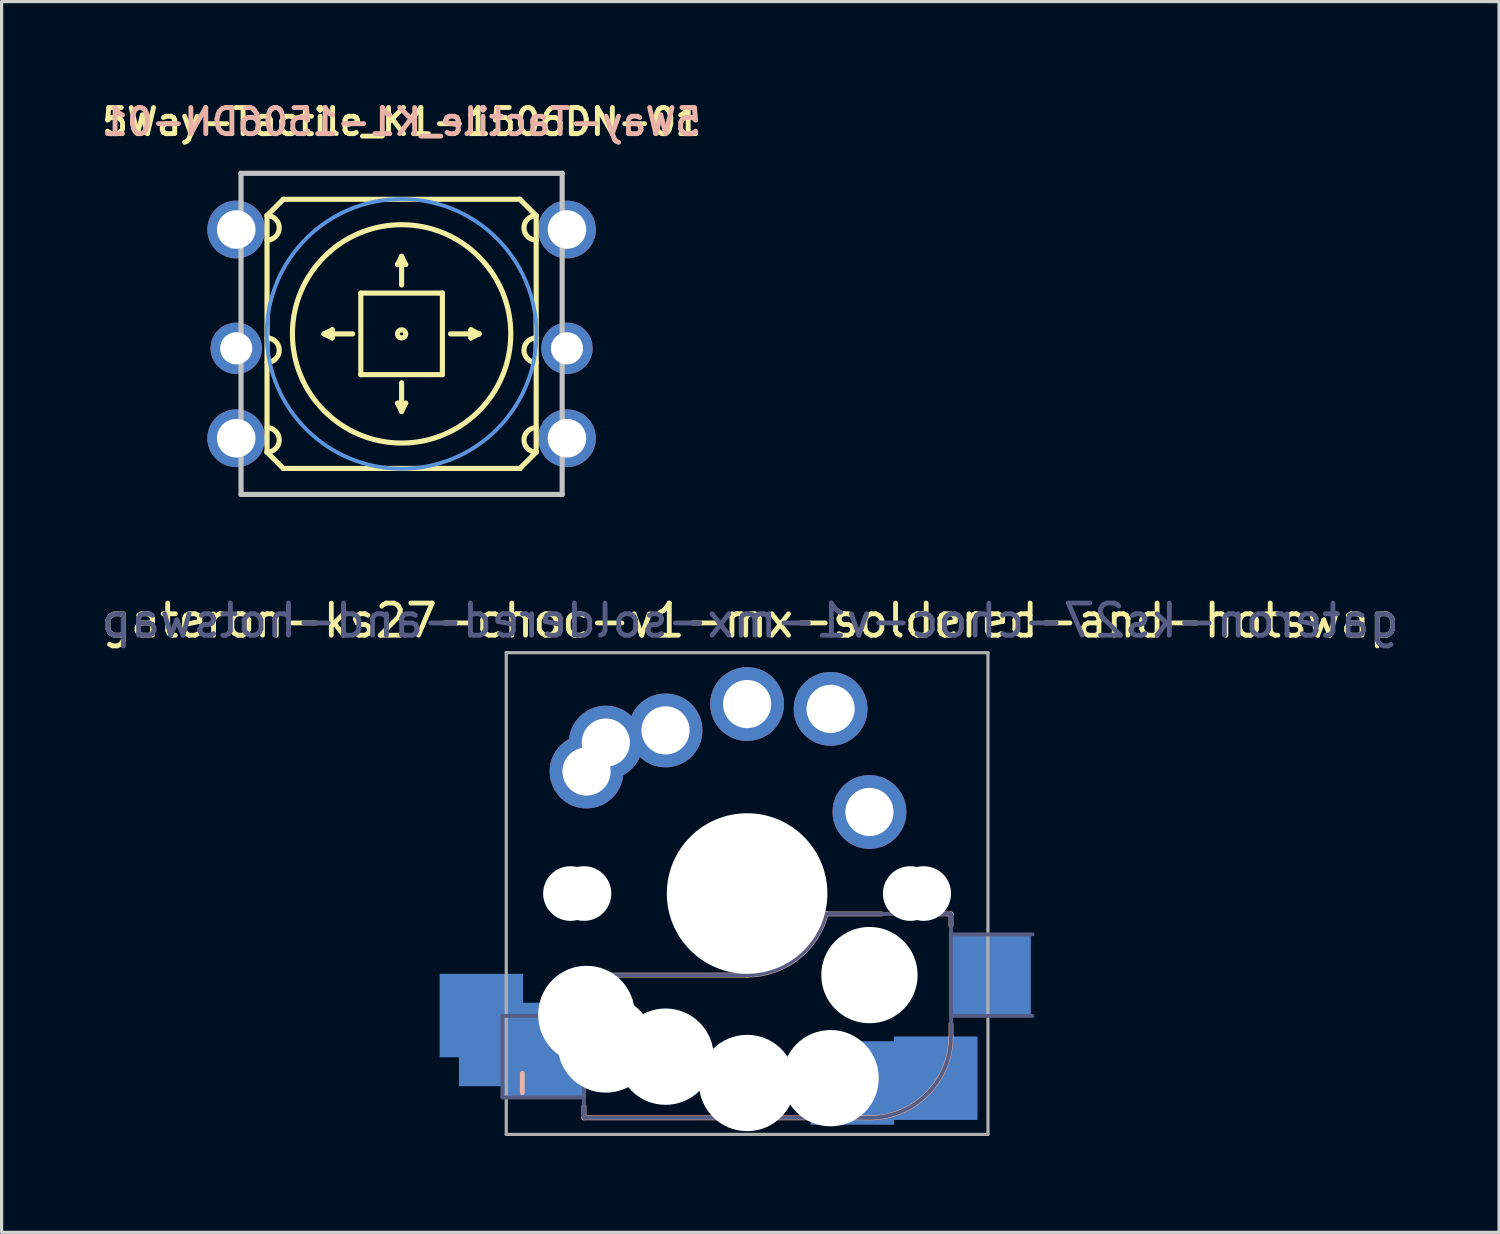
<source format=kicad_pcb>
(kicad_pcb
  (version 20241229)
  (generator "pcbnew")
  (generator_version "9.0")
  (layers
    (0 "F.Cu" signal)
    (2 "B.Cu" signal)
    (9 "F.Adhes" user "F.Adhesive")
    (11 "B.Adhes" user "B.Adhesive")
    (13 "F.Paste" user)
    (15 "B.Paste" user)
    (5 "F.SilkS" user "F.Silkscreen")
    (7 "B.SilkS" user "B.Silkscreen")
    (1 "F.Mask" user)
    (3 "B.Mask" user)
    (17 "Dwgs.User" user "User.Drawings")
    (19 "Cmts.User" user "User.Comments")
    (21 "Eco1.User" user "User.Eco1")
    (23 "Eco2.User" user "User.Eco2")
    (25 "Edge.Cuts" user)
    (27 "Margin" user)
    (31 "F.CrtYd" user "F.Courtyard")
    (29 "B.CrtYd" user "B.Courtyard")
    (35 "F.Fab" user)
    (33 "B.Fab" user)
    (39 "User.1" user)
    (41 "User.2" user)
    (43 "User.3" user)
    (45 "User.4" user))
  (footprint "5Way-Tactile_K1-1506DN-01"
    (layer "F.Cu")
    (at 9.456 7.347)
    (property "Reference" "5Way-Tactile_K1-1506DN-01" (at 0 -6.604 0) (layer "F.SilkS") (effects (font (size 0.813 0.813) (thickness 0.152))))
    (attr through_hole exclude_from_pos_files)
    (fp_line (start -4.191 -3.683) (end -3.683 -4.191) (stroke (width 0.16) (type solid)) (layer "F.SilkS"))
    (fp_line (start -4.191 3.683) (end -4.191 -3.683) (stroke (width 0.16) (type solid)) (layer "F.SilkS"))
    (fp_line (start -3.683 -4.191) (end 3.683 -4.191) (stroke (width 0.16) (type solid)) (layer "F.SilkS"))
    (fp_line (start -3.683 4.191) (end -4.191 3.683) (stroke (width 0.16) (type solid)) (layer "F.SilkS"))
    (fp_line (start -2.413 0) (end -2.159 -0.127) (stroke (width 0.16) (type solid)) (layer "F.SilkS"))
    (fp_line (start -2.159 -0.127) (end -2.159 0.127) (stroke (width 0.16) (type solid)) (layer "F.SilkS"))
    (fp_line (start -2.159 0.127) (end -2.413 0) (stroke (width 0.16) (type solid)) (layer "F.SilkS"))
    (fp_line (start -1.524 0) (end -2.413 0) (stroke (width 0.16) (type solid)) (layer "F.SilkS"))
    (fp_line (start -1.27 -1.27) (end -1.27 1.27) (stroke (width 0.16) (type solid)) (layer "F.SilkS"))
    (fp_line (start -1.27 1.27) (end 1.27 1.27) (stroke (width 0.16) (type solid)) (layer "F.SilkS"))
    (fp_line (start -0.127 -2.159) (end 0 -2.413) (stroke (width 0.16) (type solid)) (layer "F.SilkS"))
    (fp_line (start -0.127 2.159) (end 0.127 2.159) (stroke (width 0.16) (type solid)) (layer "F.SilkS"))
    (fp_line (start 0 -2.413) (end 0.127 -2.159) (stroke (width 0.16) (type solid)) (layer "F.SilkS"))
    (fp_line (start 0 -1.524) (end 0 -2.413) (stroke (width 0.16) (type solid)) (layer "F.SilkS"))
    (fp_line (start 0 1.524) (end 0 2.413) (stroke (width 0.16) (type solid)) (layer "F.SilkS"))
    (fp_line (start 0 2.413) (end -0.127 2.159) (stroke (width 0.16) (type solid)) (layer "F.SilkS"))
    (fp_line (start 0.127 -2.159) (end -0.127 -2.159) (stroke (width 0.16) (type solid)) (layer "F.SilkS"))
    (fp_line (start 0.127 2.159) (end 0 2.413) (stroke (width 0.16) (type solid)) (layer "F.SilkS"))
    (fp_line (start 1.27 -1.27) (end -1.27 -1.27) (stroke (width 0.16) (type solid)) (layer "F.SilkS"))
    (fp_line (start 1.27 1.27) (end 1.27 -1.27) (stroke (width 0.16) (type solid)) (layer "F.SilkS"))
    (fp_line (start 1.524 0) (end 2.413 0) (stroke (width 0.16) (type solid)) (layer "F.SilkS"))
    (fp_line (start 2.159 -0.127) (end 2.413 0) (stroke (width 0.16) (type solid)) (layer "F.SilkS"))
    (fp_line (start 2.159 0.127) (end 2.159 -0.127) (stroke (width 0.16) (type solid)) (layer "F.SilkS"))
    (fp_line (start 2.413 0) (end 2.159 0.127) (stroke (width 0.16) (type solid)) (layer "F.SilkS"))
    (fp_line (start 3.683 -4.191) (end 4.191 -3.683) (stroke (width 0.16) (type solid)) (layer "F.SilkS"))
    (fp_line (start 3.683 4.191) (end -3.683 4.191) (stroke (width 0.16) (type solid)) (layer "F.SilkS"))
    (fp_line (start 4.191 -3.683) (end 4.191 3.683) (stroke (width 0.16) (type solid)) (layer "F.SilkS"))
    (fp_line (start 4.191 3.683) (end 3.683 4.191) (stroke (width 0.16) (type solid)) (layer "F.SilkS"))
    (fp_arc (start -4.191 -3.683) (mid -3.81 -3.302) (end -4.191 -2.921) (stroke (width 0.16) (type solid)) (layer "F.SilkS"))
    (fp_arc (start -4.191 0.127) (mid -3.81 0.508) (end -4.191 0.889) (stroke (width 0.16) (type solid)) (layer "F.SilkS"))
    (fp_arc (start -4.191 2.921) (mid -3.81 3.302) (end -4.191 3.683) (stroke (width 0.16) (type solid)) (layer "F.SilkS"))
    (fp_arc (start 4.191 -2.921) (mid 3.81 -3.302) (end 4.191 -3.683) (stroke (width 0.16) (type solid)) (layer "F.SilkS"))
    (fp_arc (start 4.191 0.889) (mid 3.81 0.508) (end 4.191 0.127) (stroke (width 0.16) (type solid)) (layer "F.SilkS"))
    (fp_arc (start 4.191 3.683) (mid 3.81 3.302) (end 4.191 2.921) (stroke (width 0.16) (type solid)) (layer "F.SilkS"))
    (fp_circle (center 0 0) (end 0.127 0) (stroke (width 0.16) (type solid)) (fill no) (layer "F.SilkS"))
    (fp_circle (center 0 0) (end 3.4 0) (stroke (width 0.16) (type solid)) (fill no) (layer "F.SilkS"))
    (fp_line (start -5 -5) (end 5 -5) (stroke (width 0.16) (type solid)) (layer "Dwgs.User"))
    (fp_line (start -5 5) (end -5 -5) (stroke (width 0.16) (type solid)) (layer "Dwgs.User"))
    (fp_line (start 5 -5) (end 5 5) (stroke (width 0.16) (type solid)) (layer "Dwgs.User"))
    (fp_line (start 5 5) (end -5 5) (stroke (width 0.16) (type solid)) (layer "Dwgs.User"))
    (fp_circle (center 0 0) (end 0 -4.2) (stroke (width 0.12) (type default)) (fill no) (layer "Cmts.User"))
    (fp_line (start 2.413 -2.794) (end 1.905 -2.159) (stroke (width 0.16) (type solid)) (layer "User.1"))
    (fp_line (start 2.413 -2.794) (end 2.921 -2.159) (stroke (width 0.16) (type solid)) (layer "User.1"))
    (fp_line (start 2.413 -0.254) (end 2.413 -2.794) (stroke (width 0.16) (type solid)) (layer "User.1"))
    (fp_text user "${REFERENCE}" (at 0 -6.604 0) (layer "B.SilkS") (effects (font (size 0.813 0.813) (thickness 0.152)) (justify mirror)))
    (fp_text user "Up" (at 1.27 -1.524 0) (layer "User.1") (effects (font (size 0.813 0.813) (thickness 0.152))))
    (pad "1" thru_hole circle (at -5.15 -3.25) (size 1.8 1.8) (drill 1.2) (layers "*.Cu" "*.Mask"))
    (pad "2" thru_hole circle (at -5.15 0.45) (size 1.6 1.6) (drill 1) (layers "*.Cu" "*.Mask"))
    (pad "3" thru_hole circle (at -5.15 3.25) (size 1.8 1.8) (drill 1.2) (layers "*.Cu" "*.Mask"))
    (pad "4" thru_hole circle (at 5.15 3.25) (size 1.8 1.8) (drill 1.2) (layers "*.Cu" "*.Mask"))
    (pad "5" thru_hole circle (at 5.15 0.45) (size 1.6 1.6) (drill 1) (layers "*.Cu" "*.Mask"))
    (pad "6" thru_hole circle (at 5.15 -3.25) (size 1.8 1.8) (drill 1.2) (layers "*.Cu" "*.Mask")))
  (footprint "gateron-ks27-choc-v1-mx-soldered-and-hotswap"
    (layer "F.Cu")
    (at 20.215 24.775)
    (property "Reference" "gateron-ks27-choc-v1-mx-soldered-and-hotswap" (at 0.1 -8.5 0) (unlocked yes) (layer "F.SilkS") (effects (font (size 1 1) (thickness 0.15))))
    (attr through_hole)
    (fp_line (start -7 5.6) (end -7 6.2) (stroke (width 0.15) (type solid)) (layer "B.SilkS"))
    (fp_line (start -5.08 2.54) (end 0 2.54) (stroke (width 0.15) (type solid)) (layer "B.SilkS"))
    (fp_line (start -5.08 3.556) (end -5.08 2.54) (stroke (width 0.15) (type solid)) (layer "B.SilkS"))
    (fp_line (start -5.08 6.985) (end -5.08 6.604) (stroke (width 0.15) (type solid)) (layer "B.SilkS"))
    (fp_line (start 2.464 0.635) (end 4.191 0.635) (stroke (width 0.15) (type solid)) (layer "B.SilkS"))
    (fp_line (start 3.81 6.985) (end -5.08 6.985) (stroke (width 0.15) (type solid)) (layer "B.SilkS"))
    (fp_line (start 5.969 0.635) (end 6.35 0.635) (stroke (width 0.15) (type solid)) (layer "B.SilkS"))
    (fp_line (start 6.35 1.016) (end 6.35 0.635) (stroke (width 0.15) (type solid)) (layer "B.SilkS"))
    (fp_line (start 6.35 4.445) (end 6.35 4.064) (stroke (width 0.15) (type solid)) (layer "B.SilkS"))
    (fp_arc (start 2.464162 0.61604) (mid 1.563147 2.002042) (end 0 2.54) (stroke (width 0.15) (type solid)) (layer "B.SilkS"))
    (fp_arc (start 6.35 4.445) (mid 5.606051 6.241051) (end 3.81 6.985) (stroke (width 0.15) (type solid)) (layer "B.SilkS"))
    (fp_line (start -7 -7) (end -7 7) (stroke (width 0.12) (type solid)) (layer "Eco2.User"))
    (fp_line (start -7 7) (end 7 7) (stroke (width 0.12) (type solid)) (layer "Eco2.User"))
    (fp_line (start 7 -7) (end -7 -7) (stroke (width 0.12) (type solid)) (layer "Eco2.User"))
    (fp_line (start 7 7) (end 7 -7) (stroke (width 0.12) (type solid)) (layer "Eco2.User"))
    (fp_line (start -7.62 3.81) (end -5.08 3.81) (stroke (width 0.12) (type solid)) (layer "B.Fab"))
    (fp_line (start -7.62 6.35) (end -7.62 3.81) (stroke (width 0.12) (type solid)) (layer "B.Fab"))
    (fp_line (start -5.08 2.54) (end 0 2.54) (stroke (width 0.12) (type solid)) (layer "B.Fab"))
    (fp_line (start -5.08 6.35) (end -7.62 6.35) (stroke (width 0.12) (type solid)) (layer "B.Fab"))
    (fp_line (start -5.08 6.985) (end -5.08 2.54) (stroke (width 0.12) (type solid)) (layer "B.Fab"))
    (fp_line (start 3.81 6.985) (end -5.08 6.985) (stroke (width 0.12) (type solid)) (layer "B.Fab"))
    (fp_line (start 6.35 0.635) (end 2.54 0.635) (stroke (width 0.12) (type solid)) (layer "B.Fab"))
    (fp_line (start 6.35 0.635) (end 6.35 4.445) (stroke (width 0.12) (type solid)) (layer "B.Fab"))
    (fp_line (start 6.35 1.27) (end 8.89 1.27) (stroke (width 0.12) (type solid)) (layer "B.Fab"))
    (fp_line (start 8.89 3.81) (end 6.35 3.81) (stroke (width 0.12) (type solid)) (layer "B.Fab"))
    (fp_arc (start 2.464162 0.61604) (mid 1.563147 2.002042) (end 0 2.54) (stroke (width 0.12) (type solid)) (layer "B.Fab"))
    (fp_arc (start 6.35 4.445) (mid 5.606051 6.241051) (end 3.81 6.985) (stroke (width 0.12) (type solid)) (layer "B.Fab"))
    (fp_line (start -7.5 -7.5) (end -7.5 7.5) (stroke (width 0.1) (type solid)) (layer "F.Fab"))
    (fp_line (start -7.5 7.5) (end 7.5 7.5) (stroke (width 0.1) (type solid)) (layer "F.Fab"))
    (fp_line (start 7.5 -7.5) (end -7.5 -7.5) (stroke (width 0.1) (type solid)) (layer "F.Fab"))
    (fp_line (start 7.5 7.5) (end 7.5 -7.5) (stroke (width 0.1) (type solid)) (layer "F.Fab"))
    (fp_text user "${REFERENCE}" (at 0.1 -8.5 0) (layer "B.Fab") (effects (font (size 1 1) (thickness 0.15)) (justify mirror)))
    (pad "" np_thru_hole circle (at -5.5 0) (size 1.702 1.702) (drill 1.702) (layers "*.Cu" "*.Mask"))
    (pad "" np_thru_hole circle (at -5.08 0 180) (size 1.702 1.702) (drill 1.702) (layers "*.Cu" "*.Mask"))
    (pad "" np_thru_hole circle (at -5 3.75) (size 3 3) (drill 3) (layers "*.Cu" "*.Mask"))
    (pad "" np_thru_hole circle (at -5 3.8) (size 3 3) (drill 3) (layers "*.Cu" "*.Mask"))
    (pad "" np_thru_hole circle (at -4.4 4.7) (size 3 3) (drill 3) (layers "*.Cu" "*.Mask"))
    (pad "" np_thru_hole circle (at -2.54 5.08 180) (size 3 3) (drill 3) (layers "*.Cu" "*.Mask"))
    (pad "" np_thru_hole circle (at 0 0 180) (size 3.988 3.988) (drill 3.988) (layers "*.Cu" "*.Mask"))
    (pad "" np_thru_hole circle (at 0 0) (size 5 5) (drill 5) (layers "*.Cu" "*.Mask"))
    (pad "" np_thru_hole circle (at 0 5.9) (size 3 3) (drill 3) (layers "*.Cu" "*.Mask"))
    (pad "" np_thru_hole circle (at 2.6 5.75) (size 3 3) (drill 3) (layers "*.Cu" "*.Mask"))
    (pad "" np_thru_hole circle (at 3.81 2.54 180) (size 3 3) (drill 3) (layers "*.Cu" "*.Mask"))
    (pad "" np_thru_hole circle (at 5.08 0 180) (size 1.702 1.702) (drill 1.702) (layers "*.Cu" "*.Mask"))
    (pad "" np_thru_hole circle (at 5.5 0) (size 1.702 1.702) (drill 1.702) (layers "*.Cu" "*.Mask"))
    (pad "1" smd rect (at -8.275 3.8) (size 2.6 2.6) (layers "B.Cu" "B.Mask" "B.Paste"))
    (pad "1" smd rect (at -7.675 4.7) (size 2.6 2.6) (layers "B.Cu" "B.Mask" "B.Paste"))
    (pad "1" smd rect (at -6.29 5.08 180) (size 2.55 2.5) (layers "B.Cu" "B.Mask" "B.Paste"))
    (pad "1" thru_hole circle (at -5 -3.8 180) (size 2.3 2.3) (drill 1.5) (layers "*.Cu" "*.Mask"))
    (pad "1" thru_hole circle (at -4.4 -4.7 180) (size 2.3 2.3) (drill 1.5) (layers "*.Cu" "*.Mask"))
    (pad "1" thru_hole circle (at -2.54 -5.08 180) (size 2.3 2.3) (drill 1.5) (layers "*.Cu" "*.Mask"))
    (pad "2" thru_hole circle (at 0 -5.9 180) (size 2.3 2.3) (drill 1.5) (layers "*.Cu" "*.Mask"))
    (pad "2" thru_hole circle (at 2.6 -5.75 180) (size 2.3 2.3) (drill 1.5) (layers "*.Cu" "*.Mask"))
    (pad "2" smd rect (at 3.275 5.9) (size 2.6 2.6) (layers "B.Cu" "B.Mask" "B.Paste"))
    (pad "2" thru_hole circle (at 3.81 -2.54 180) (size 2.3 2.3) (drill 1.5) (layers "*.Cu" "*.Mask"))
    (pad "2" smd rect (at 5.875 5.75) (size 2.6 2.6) (layers "B.Cu" "B.Mask" "B.Paste"))
    (pad "2" smd rect (at 7.56 2.54 180) (size 2.55 2.5) (layers "B.Cu" "B.Mask" "B.Paste")))
  (gr_rect
    (start -3 -3)
    (end 43.631 35.325)
    (stroke (width 0.1) (type default))
    (fill no)
    (layer "Edge.Cuts")))
</source>
